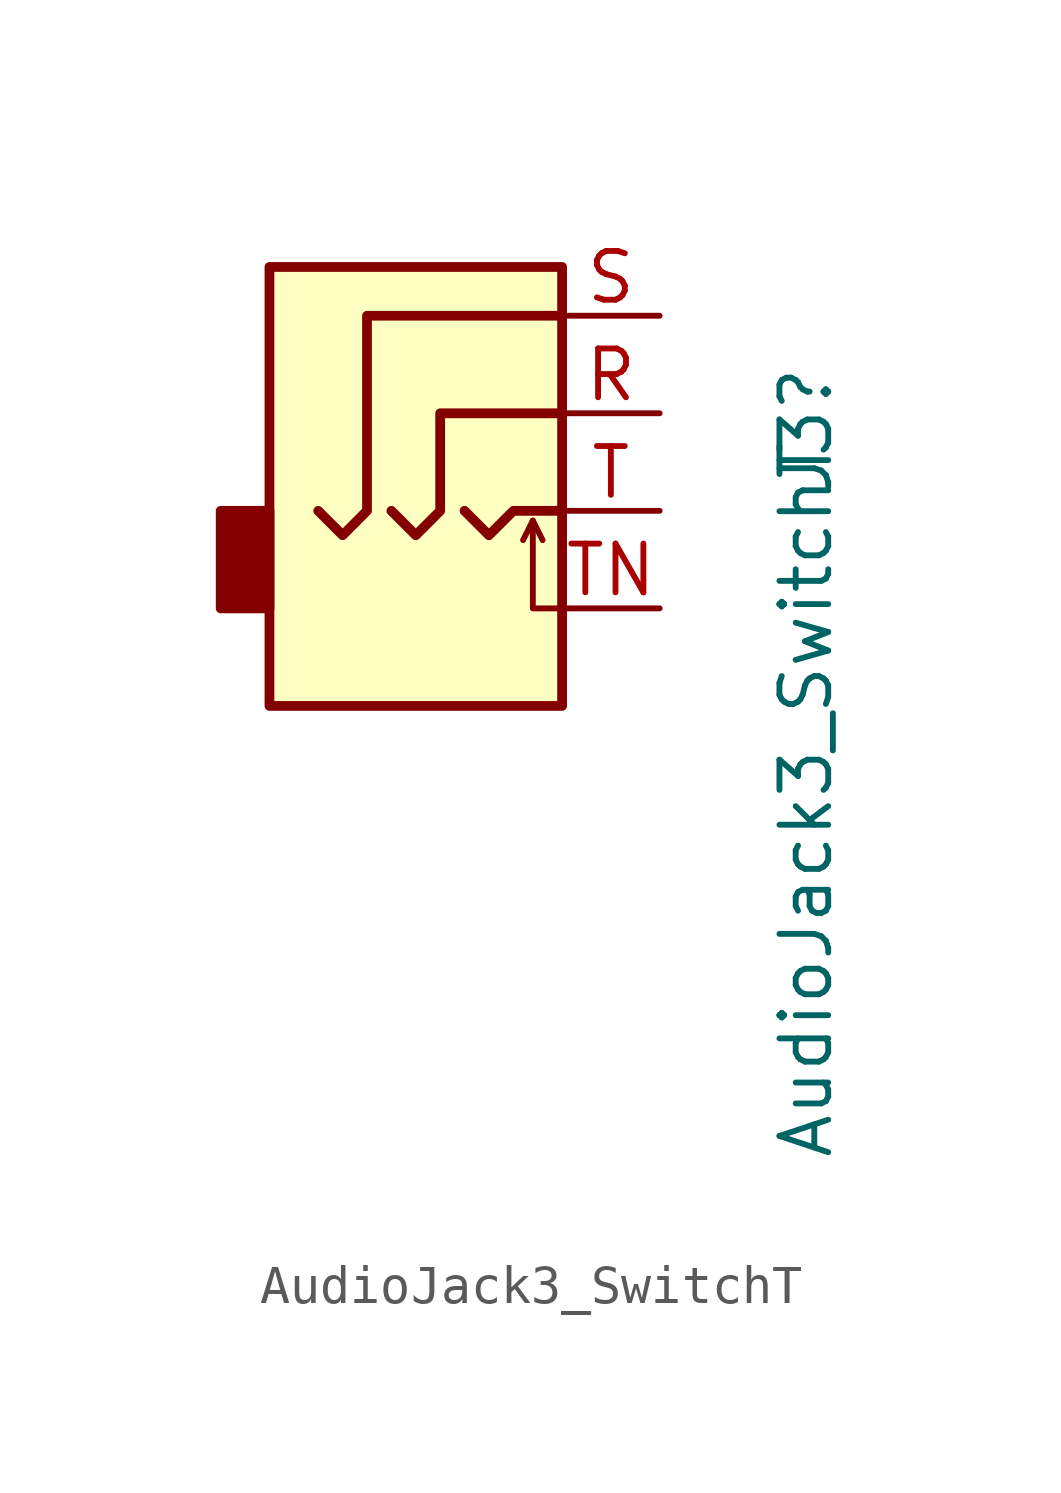
<source format=kicad_sym>
(kicad_symbol_lib
  (version 20211014)
  (generator kicad_symbol_editor)
  (symbol "AudioJack3_SwitchT"
    (property "Reference" "J3"
      (at 8.89 1.27 90)
      (effects (font (size 1.27 1.27)) (justify right)))
    (property "Value" "AudioJack3_SwitchT"
      (at 8.89 -0.635 90)
      (effects (font (size 1.27 1.27)) (justify right)))
    (symbol "AudioJack3_SwitchT_0_1"
      (rectangle (start -5.08 -2.54) (end -6.35 -5.08) (stroke (width 0.254) (type default) (color 0 0 0 0)) (fill (type outline)))
      (polyline (pts (xy 1.778 -2.794) (xy 2.032 -3.302)) (stroke (width 0) (type default) (color 0 0 0 0)) (fill (type none)))
      (polyline (pts (xy 0 -2.54) (xy 0.635 -3.175) (xy 1.27 -2.54) (xy 2.54 -2.54)) (stroke (width 0.254) (type default) (color 0 0 0 0)) (fill (type none)))
      (polyline (pts (xy 2.54 -5.08) (xy 1.778 -5.08) (xy 1.778 -2.794) (xy 1.524 -3.302)) (stroke (width 0) (type default) (color 0 0 0 0)) (fill (type none)))
      (polyline (pts (xy -1.905 -2.54) (xy -1.27 -3.175) (xy -0.635 -2.54) (xy -0.635 0) (xy 2.54 0)) (stroke (width 0.254) (type default) (color 0 0 0 0)) (fill (type none)))
      (polyline (pts (xy 2.54 2.54) (xy -2.54 2.54) (xy -2.54 -2.54) (xy -3.175 -3.175) (xy -3.81 -2.54)) (stroke (width 0.254) (type default) (color 0 0 0 0)) (fill (type none)))
      (rectangle (start 2.54 3.81) (end -5.08 -7.62) (stroke (width 0.254) (type default) (color 0 0 0 0)) (fill (type background))))
    (symbol "AudioJack3_SwitchT_1_1"
      (pin passive line (at 5.08 0 180) (length 2.54) (name "~" (effects (font (size 1.27 1.27)))) (number "R" (effects (font (size 1.27 1.27)))))
      (pin passive line (at 5.08 2.54 180) (length 2.54) (name "~" (effects (font (size 1.27 1.27)))) (number "S" (effects (font (size 1.27 1.27)))))
      (pin passive line (at 5.08 -2.54 180) (length 2.54) (name "~" (effects (font (size 1.27 1.27)))) (number "T" (effects (font (size 1.27 1.27)))))
      (pin passive line (at 5.08 -5.08 180) (length 2.54) (name "~" (effects (font (size 1.27 1.27)))) (number "TN" (effects (font (size 1.27 1.27))))))))
</source>
